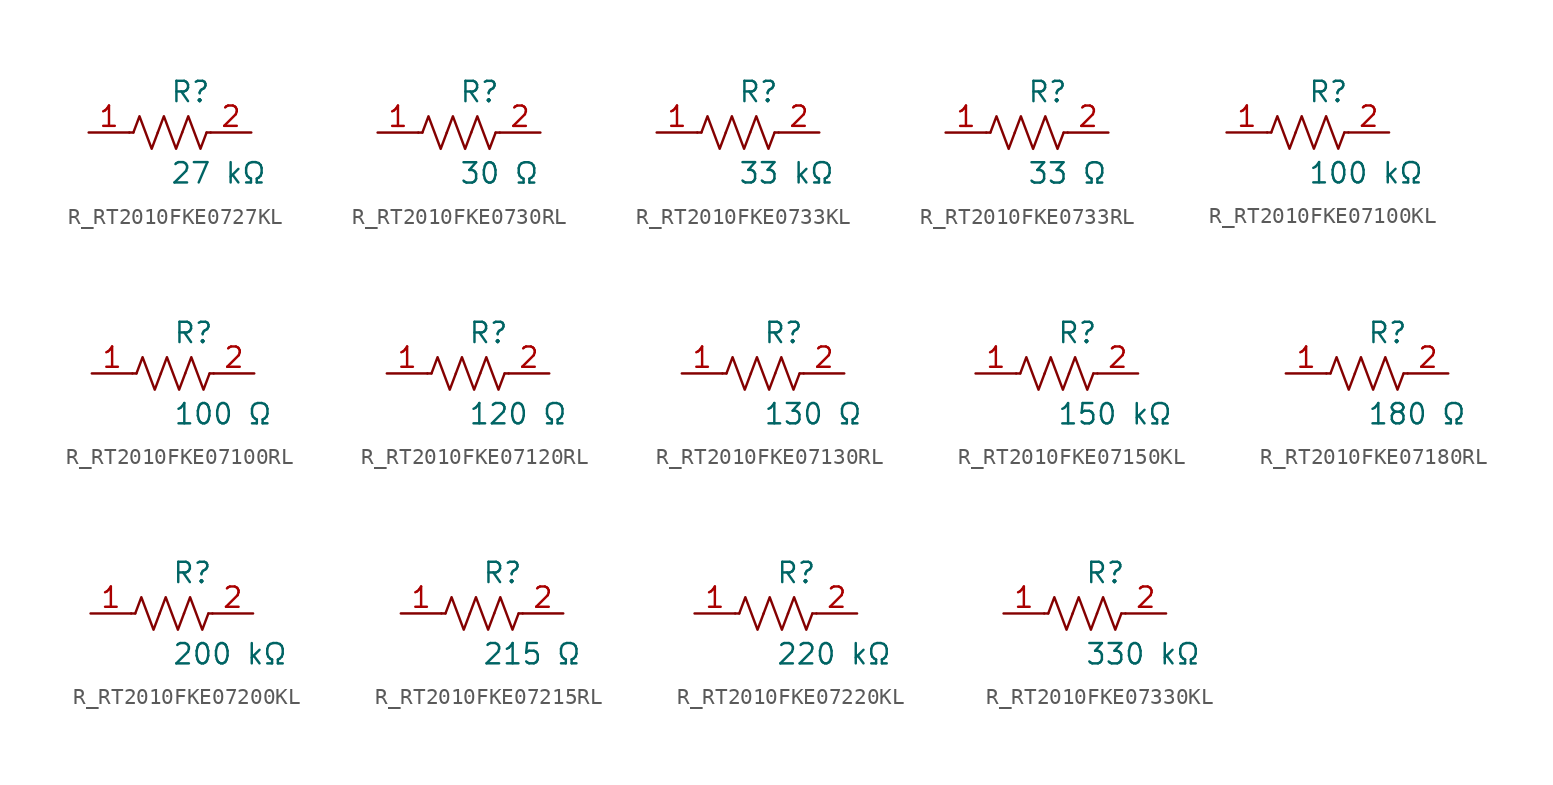
<source format=kicad_sym>
(kicad_symbol_lib
  (version 20231120)
  (generator kicad_symbol_editor)
  (generator_version 8.0)
  (symbol "R_RT2010FKE0727KL"
    (pin_names
      (offset 0.254))
    (property "Reference" "R"
      (at 0 2.54 0)
      (effects (font (size 1.27 1.27)) (justify left)))
    (property "Value" "27 kΩ"
      (at 0 -2.54 0)
      (effects (font (size 1.27 1.27)) (justify left)))
    (symbol "R_RT2010FKE0727KL_0_1"
      (polyline (pts (xy 2.286 0) (xy 2.54 0)) (stroke (width 0) (type default)) (fill (type none)))
      (polyline (pts (xy -2.286 0) (xy -2.54 0)) (stroke (width 0) (type default)) (fill (type none)))
      (polyline (pts (xy 0.762 0) (xy 1.143 1.016) (xy 1.524 0) (xy 1.905 -1.016) (xy 2.286 0)) (stroke (width 0) (type default)) (fill (type none)))
      (polyline (pts (xy -0.762 0) (xy -0.381 1.016) (xy 0 0) (xy 0.381 -1.016) (xy 0.762 0)) (stroke (width 0) (type default)) (fill (type none)))
      (polyline (pts (xy -2.286 0) (xy -1.905 1.016) (xy -1.524 0) (xy -1.143 -1.016) (xy -0.762 0)) (stroke (width 0) (type default)) (fill (type none))))
    (pin passive line
      (at -5.08 0 0)
      (length 2.54)
      (name "" (effects (font (size 1.27 1.27))))
      (number "1" (effects (font (size 1.27 1.27)))))
    (pin passive line
      (at 5.08 0 180)
      (length 2.54)
      (name "" (effects (font (size 1.27 1.27))))
      (number "2" (effects (font (size 1.27 1.27))))))
  (symbol "R_RT2010FKE0730RL"
    (pin_names
      (offset 0.254))
    (property "Reference" "R"
      (at 0 2.54 0)
      (effects (font (size 1.27 1.27)) (justify left)))
    (property "Value" "30 Ω"
      (at 0 -2.54 0)
      (effects (font (size 1.27 1.27)) (justify left)))
    (symbol "R_RT2010FKE0730RL_0_1"
      (polyline (pts (xy 2.286 0) (xy 2.54 0)) (stroke (width 0) (type default)) (fill (type none)))
      (polyline (pts (xy -2.286 0) (xy -2.54 0)) (stroke (width 0) (type default)) (fill (type none)))
      (polyline (pts (xy 0.762 0) (xy 1.143 1.016) (xy 1.524 0) (xy 1.905 -1.016) (xy 2.286 0)) (stroke (width 0) (type default)) (fill (type none)))
      (polyline (pts (xy -0.762 0) (xy -0.381 1.016) (xy 0 0) (xy 0.381 -1.016) (xy 0.762 0)) (stroke (width 0) (type default)) (fill (type none)))
      (polyline (pts (xy -2.286 0) (xy -1.905 1.016) (xy -1.524 0) (xy -1.143 -1.016) (xy -0.762 0)) (stroke (width 0) (type default)) (fill (type none))))
    (pin passive line
      (at -5.08 0 0)
      (length 2.54)
      (name "" (effects (font (size 1.27 1.27))))
      (number "1" (effects (font (size 1.27 1.27)))))
    (pin passive line
      (at 5.08 0 180)
      (length 2.54)
      (name "" (effects (font (size 1.27 1.27))))
      (number "2" (effects (font (size 1.27 1.27))))))
  (symbol "R_RT2010FKE0733KL"
    (pin_names
      (offset 0.254))
    (property "Reference" "R"
      (at 0 2.54 0)
      (effects (font (size 1.27 1.27)) (justify left)))
    (property "Value" "33 kΩ"
      (at 0 -2.54 0)
      (effects (font (size 1.27 1.27)) (justify left)))
    (symbol "R_RT2010FKE0733KL_0_1"
      (polyline (pts (xy 2.286 0) (xy 2.54 0)) (stroke (width 0) (type default)) (fill (type none)))
      (polyline (pts (xy -2.286 0) (xy -2.54 0)) (stroke (width 0) (type default)) (fill (type none)))
      (polyline (pts (xy 0.762 0) (xy 1.143 1.016) (xy 1.524 0) (xy 1.905 -1.016) (xy 2.286 0)) (stroke (width 0) (type default)) (fill (type none)))
      (polyline (pts (xy -0.762 0) (xy -0.381 1.016) (xy 0 0) (xy 0.381 -1.016) (xy 0.762 0)) (stroke (width 0) (type default)) (fill (type none)))
      (polyline (pts (xy -2.286 0) (xy -1.905 1.016) (xy -1.524 0) (xy -1.143 -1.016) (xy -0.762 0)) (stroke (width 0) (type default)) (fill (type none))))
    (pin passive line
      (at -5.08 0 0)
      (length 2.54)
      (name "" (effects (font (size 1.27 1.27))))
      (number "1" (effects (font (size 1.27 1.27)))))
    (pin passive line
      (at 5.08 0 180)
      (length 2.54)
      (name "" (effects (font (size 1.27 1.27))))
      (number "2" (effects (font (size 1.27 1.27))))))
  (symbol "R_RT2010FKE0733RL"
    (pin_names
      (offset 0.254))
    (property "Reference" "R"
      (at 0 2.54 0)
      (effects (font (size 1.27 1.27)) (justify left)))
    (property "Value" "33 Ω"
      (at 0 -2.54 0)
      (effects (font (size 1.27 1.27)) (justify left)))
    (symbol "R_RT2010FKE0733RL_0_1"
      (polyline (pts (xy 2.286 0) (xy 2.54 0)) (stroke (width 0) (type default)) (fill (type none)))
      (polyline (pts (xy -2.286 0) (xy -2.54 0)) (stroke (width 0) (type default)) (fill (type none)))
      (polyline (pts (xy 0.762 0) (xy 1.143 1.016) (xy 1.524 0) (xy 1.905 -1.016) (xy 2.286 0)) (stroke (width 0) (type default)) (fill (type none)))
      (polyline (pts (xy -0.762 0) (xy -0.381 1.016) (xy 0 0) (xy 0.381 -1.016) (xy 0.762 0)) (stroke (width 0) (type default)) (fill (type none)))
      (polyline (pts (xy -2.286 0) (xy -1.905 1.016) (xy -1.524 0) (xy -1.143 -1.016) (xy -0.762 0)) (stroke (width 0) (type default)) (fill (type none))))
    (pin passive line
      (at -5.08 0 0)
      (length 2.54)
      (name "" (effects (font (size 1.27 1.27))))
      (number "1" (effects (font (size 1.27 1.27)))))
    (pin passive line
      (at 5.08 0 180)
      (length 2.54)
      (name "" (effects (font (size 1.27 1.27))))
      (number "2" (effects (font (size 1.27 1.27))))))
  (symbol "R_RT2010FKE07100KL"
    (pin_names
      (offset 0.254))
    (property "Reference" "R"
      (at 0 2.54 0)
      (effects (font (size 1.27 1.27)) (justify left)))
    (property "Value" "100 kΩ"
      (at 0 -2.54 0)
      (effects (font (size 1.27 1.27)) (justify left)))
    (symbol "R_RT2010FKE07100KL_0_1"
      (polyline (pts (xy 2.286 0) (xy 2.54 0)) (stroke (width 0) (type default)) (fill (type none)))
      (polyline (pts (xy -2.286 0) (xy -2.54 0)) (stroke (width 0) (type default)) (fill (type none)))
      (polyline (pts (xy 0.762 0) (xy 1.143 1.016) (xy 1.524 0) (xy 1.905 -1.016) (xy 2.286 0)) (stroke (width 0) (type default)) (fill (type none)))
      (polyline (pts (xy -0.762 0) (xy -0.381 1.016) (xy 0 0) (xy 0.381 -1.016) (xy 0.762 0)) (stroke (width 0) (type default)) (fill (type none)))
      (polyline (pts (xy -2.286 0) (xy -1.905 1.016) (xy -1.524 0) (xy -1.143 -1.016) (xy -0.762 0)) (stroke (width 0) (type default)) (fill (type none))))
    (pin passive line
      (at -5.08 0 0)
      (length 2.54)
      (name "" (effects (font (size 1.27 1.27))))
      (number "1" (effects (font (size 1.27 1.27)))))
    (pin passive line
      (at 5.08 0 180)
      (length 2.54)
      (name "" (effects (font (size 1.27 1.27))))
      (number "2" (effects (font (size 1.27 1.27))))))
  (symbol "R_RT2010FKE07100RL"
    (pin_names
      (offset 0.254))
    (property "Reference" "R"
      (at 0 2.54 0)
      (effects (font (size 1.27 1.27)) (justify left)))
    (property "Value" "100 Ω"
      (at 0 -2.54 0)
      (effects (font (size 1.27 1.27)) (justify left)))
    (symbol "R_RT2010FKE07100RL_0_1"
      (polyline (pts (xy 2.286 0) (xy 2.54 0)) (stroke (width 0) (type default)) (fill (type none)))
      (polyline (pts (xy -2.286 0) (xy -2.54 0)) (stroke (width 0) (type default)) (fill (type none)))
      (polyline (pts (xy 0.762 0) (xy 1.143 1.016) (xy 1.524 0) (xy 1.905 -1.016) (xy 2.286 0)) (stroke (width 0) (type default)) (fill (type none)))
      (polyline (pts (xy -0.762 0) (xy -0.381 1.016) (xy 0 0) (xy 0.381 -1.016) (xy 0.762 0)) (stroke (width 0) (type default)) (fill (type none)))
      (polyline (pts (xy -2.286 0) (xy -1.905 1.016) (xy -1.524 0) (xy -1.143 -1.016) (xy -0.762 0)) (stroke (width 0) (type default)) (fill (type none))))
    (pin passive line
      (at -5.08 0 0)
      (length 2.54)
      (name "" (effects (font (size 1.27 1.27))))
      (number "1" (effects (font (size 1.27 1.27)))))
    (pin passive line
      (at 5.08 0 180)
      (length 2.54)
      (name "" (effects (font (size 1.27 1.27))))
      (number "2" (effects (font (size 1.27 1.27))))))
  (symbol "R_RT2010FKE07120RL"
    (pin_names
      (offset 0.254))
    (property "Reference" "R"
      (at 0 2.54 0)
      (effects (font (size 1.27 1.27)) (justify left)))
    (property "Value" "120 Ω"
      (at 0 -2.54 0)
      (effects (font (size 1.27 1.27)) (justify left)))
    (symbol "R_RT2010FKE07120RL_0_1"
      (polyline (pts (xy 2.286 0) (xy 2.54 0)) (stroke (width 0) (type default)) (fill (type none)))
      (polyline (pts (xy -2.286 0) (xy -2.54 0)) (stroke (width 0) (type default)) (fill (type none)))
      (polyline (pts (xy 0.762 0) (xy 1.143 1.016) (xy 1.524 0) (xy 1.905 -1.016) (xy 2.286 0)) (stroke (width 0) (type default)) (fill (type none)))
      (polyline (pts (xy -0.762 0) (xy -0.381 1.016) (xy 0 0) (xy 0.381 -1.016) (xy 0.762 0)) (stroke (width 0) (type default)) (fill (type none)))
      (polyline (pts (xy -2.286 0) (xy -1.905 1.016) (xy -1.524 0) (xy -1.143 -1.016) (xy -0.762 0)) (stroke (width 0) (type default)) (fill (type none))))
    (pin passive line
      (at -5.08 0 0)
      (length 2.54)
      (name "" (effects (font (size 1.27 1.27))))
      (number "1" (effects (font (size 1.27 1.27)))))
    (pin passive line
      (at 5.08 0 180)
      (length 2.54)
      (name "" (effects (font (size 1.27 1.27))))
      (number "2" (effects (font (size 1.27 1.27))))))
  (symbol "R_RT2010FKE07130RL"
    (pin_names
      (offset 0.254))
    (property "Reference" "R"
      (at 0 2.54 0)
      (effects (font (size 1.27 1.27)) (justify left)))
    (property "Value" "130 Ω"
      (at 0 -2.54 0)
      (effects (font (size 1.27 1.27)) (justify left)))
    (symbol "R_RT2010FKE07130RL_0_1"
      (polyline (pts (xy 2.286 0) (xy 2.54 0)) (stroke (width 0) (type default)) (fill (type none)))
      (polyline (pts (xy -2.286 0) (xy -2.54 0)) (stroke (width 0) (type default)) (fill (type none)))
      (polyline (pts (xy 0.762 0) (xy 1.143 1.016) (xy 1.524 0) (xy 1.905 -1.016) (xy 2.286 0)) (stroke (width 0) (type default)) (fill (type none)))
      (polyline (pts (xy -0.762 0) (xy -0.381 1.016) (xy 0 0) (xy 0.381 -1.016) (xy 0.762 0)) (stroke (width 0) (type default)) (fill (type none)))
      (polyline (pts (xy -2.286 0) (xy -1.905 1.016) (xy -1.524 0) (xy -1.143 -1.016) (xy -0.762 0)) (stroke (width 0) (type default)) (fill (type none))))
    (pin passive line
      (at -5.08 0 0)
      (length 2.54)
      (name "" (effects (font (size 1.27 1.27))))
      (number "1" (effects (font (size 1.27 1.27)))))
    (pin passive line
      (at 5.08 0 180)
      (length 2.54)
      (name "" (effects (font (size 1.27 1.27))))
      (number "2" (effects (font (size 1.27 1.27))))))
  (symbol "R_RT2010FKE07150KL"
    (pin_names
      (offset 0.254))
    (property "Reference" "R"
      (at 0 2.54 0)
      (effects (font (size 1.27 1.27)) (justify left)))
    (property "Value" "150 kΩ"
      (at 0 -2.54 0)
      (effects (font (size 1.27 1.27)) (justify left)))
    (symbol "R_RT2010FKE07150KL_0_1"
      (polyline (pts (xy 2.286 0) (xy 2.54 0)) (stroke (width 0) (type default)) (fill (type none)))
      (polyline (pts (xy -2.286 0) (xy -2.54 0)) (stroke (width 0) (type default)) (fill (type none)))
      (polyline (pts (xy 0.762 0) (xy 1.143 1.016) (xy 1.524 0) (xy 1.905 -1.016) (xy 2.286 0)) (stroke (width 0) (type default)) (fill (type none)))
      (polyline (pts (xy -0.762 0) (xy -0.381 1.016) (xy 0 0) (xy 0.381 -1.016) (xy 0.762 0)) (stroke (width 0) (type default)) (fill (type none)))
      (polyline (pts (xy -2.286 0) (xy -1.905 1.016) (xy -1.524 0) (xy -1.143 -1.016) (xy -0.762 0)) (stroke (width 0) (type default)) (fill (type none))))
    (pin passive line
      (at -5.08 0 0)
      (length 2.54)
      (name "" (effects (font (size 1.27 1.27))))
      (number "1" (effects (font (size 1.27 1.27)))))
    (pin passive line
      (at 5.08 0 180)
      (length 2.54)
      (name "" (effects (font (size 1.27 1.27))))
      (number "2" (effects (font (size 1.27 1.27))))))
  (symbol "R_RT2010FKE07180RL"
    (pin_names
      (offset 0.254))
    (property "Reference" "R"
      (at 0 2.54 0)
      (effects (font (size 1.27 1.27)) (justify left)))
    (property "Value" "180 Ω"
      (at 0 -2.54 0)
      (effects (font (size 1.27 1.27)) (justify left)))
    (symbol "R_RT2010FKE07180RL_0_1"
      (polyline (pts (xy 2.286 0) (xy 2.54 0)) (stroke (width 0) (type default)) (fill (type none)))
      (polyline (pts (xy -2.286 0) (xy -2.54 0)) (stroke (width 0) (type default)) (fill (type none)))
      (polyline (pts (xy 0.762 0) (xy 1.143 1.016) (xy 1.524 0) (xy 1.905 -1.016) (xy 2.286 0)) (stroke (width 0) (type default)) (fill (type none)))
      (polyline (pts (xy -0.762 0) (xy -0.381 1.016) (xy 0 0) (xy 0.381 -1.016) (xy 0.762 0)) (stroke (width 0) (type default)) (fill (type none)))
      (polyline (pts (xy -2.286 0) (xy -1.905 1.016) (xy -1.524 0) (xy -1.143 -1.016) (xy -0.762 0)) (stroke (width 0) (type default)) (fill (type none))))
    (pin passive line
      (at -5.08 0 0)
      (length 2.54)
      (name "" (effects (font (size 1.27 1.27))))
      (number "1" (effects (font (size 1.27 1.27)))))
    (pin passive line
      (at 5.08 0 180)
      (length 2.54)
      (name "" (effects (font (size 1.27 1.27))))
      (number "2" (effects (font (size 1.27 1.27))))))
  (symbol "R_RT2010FKE07200KL"
    (pin_names
      (offset 0.254))
    (property "Reference" "R"
      (at 0 2.54 0)
      (effects (font (size 1.27 1.27)) (justify left)))
    (property "Value" "200 kΩ"
      (at 0 -2.54 0)
      (effects (font (size 1.27 1.27)) (justify left)))
    (symbol "R_RT2010FKE07200KL_0_1"
      (polyline (pts (xy 2.286 0) (xy 2.54 0)) (stroke (width 0) (type default)) (fill (type none)))
      (polyline (pts (xy -2.286 0) (xy -2.54 0)) (stroke (width 0) (type default)) (fill (type none)))
      (polyline (pts (xy 0.762 0) (xy 1.143 1.016) (xy 1.524 0) (xy 1.905 -1.016) (xy 2.286 0)) (stroke (width 0) (type default)) (fill (type none)))
      (polyline (pts (xy -0.762 0) (xy -0.381 1.016) (xy 0 0) (xy 0.381 -1.016) (xy 0.762 0)) (stroke (width 0) (type default)) (fill (type none)))
      (polyline (pts (xy -2.286 0) (xy -1.905 1.016) (xy -1.524 0) (xy -1.143 -1.016) (xy -0.762 0)) (stroke (width 0) (type default)) (fill (type none))))
    (pin passive line
      (at -5.08 0 0)
      (length 2.54)
      (name "" (effects (font (size 1.27 1.27))))
      (number "1" (effects (font (size 1.27 1.27)))))
    (pin passive line
      (at 5.08 0 180)
      (length 2.54)
      (name "" (effects (font (size 1.27 1.27))))
      (number "2" (effects (font (size 1.27 1.27))))))
  (symbol "R_RT2010FKE07215RL"
    (pin_names
      (offset 0.254))
    (property "Reference" "R"
      (at 0 2.54 0)
      (effects (font (size 1.27 1.27)) (justify left)))
    (property "Value" "215 Ω"
      (at 0 -2.54 0)
      (effects (font (size 1.27 1.27)) (justify left)))
    (symbol "R_RT2010FKE07215RL_0_1"
      (polyline (pts (xy 2.286 0) (xy 2.54 0)) (stroke (width 0) (type default)) (fill (type none)))
      (polyline (pts (xy -2.286 0) (xy -2.54 0)) (stroke (width 0) (type default)) (fill (type none)))
      (polyline (pts (xy 0.762 0) (xy 1.143 1.016) (xy 1.524 0) (xy 1.905 -1.016) (xy 2.286 0)) (stroke (width 0) (type default)) (fill (type none)))
      (polyline (pts (xy -0.762 0) (xy -0.381 1.016) (xy 0 0) (xy 0.381 -1.016) (xy 0.762 0)) (stroke (width 0) (type default)) (fill (type none)))
      (polyline (pts (xy -2.286 0) (xy -1.905 1.016) (xy -1.524 0) (xy -1.143 -1.016) (xy -0.762 0)) (stroke (width 0) (type default)) (fill (type none))))
    (pin passive line
      (at -5.08 0 0)
      (length 2.54)
      (name "" (effects (font (size 1.27 1.27))))
      (number "1" (effects (font (size 1.27 1.27)))))
    (pin passive line
      (at 5.08 0 180)
      (length 2.54)
      (name "" (effects (font (size 1.27 1.27))))
      (number "2" (effects (font (size 1.27 1.27))))))
  (symbol "R_RT2010FKE07220KL"
    (pin_names
      (offset 0.254))
    (property "Reference" "R"
      (at 0 2.54 0)
      (effects (font (size 1.27 1.27)) (justify left)))
    (property "Value" "220 kΩ"
      (at 0 -2.54 0)
      (effects (font (size 1.27 1.27)) (justify left)))
    (symbol "R_RT2010FKE07220KL_0_1"
      (polyline (pts (xy 2.286 0) (xy 2.54 0)) (stroke (width 0) (type default)) (fill (type none)))
      (polyline (pts (xy -2.286 0) (xy -2.54 0)) (stroke (width 0) (type default)) (fill (type none)))
      (polyline (pts (xy 0.762 0) (xy 1.143 1.016) (xy 1.524 0) (xy 1.905 -1.016) (xy 2.286 0)) (stroke (width 0) (type default)) (fill (type none)))
      (polyline (pts (xy -0.762 0) (xy -0.381 1.016) (xy 0 0) (xy 0.381 -1.016) (xy 0.762 0)) (stroke (width 0) (type default)) (fill (type none)))
      (polyline (pts (xy -2.286 0) (xy -1.905 1.016) (xy -1.524 0) (xy -1.143 -1.016) (xy -0.762 0)) (stroke (width 0) (type default)) (fill (type none))))
    (pin passive line
      (at -5.08 0 0)
      (length 2.54)
      (name "" (effects (font (size 1.27 1.27))))
      (number "1" (effects (font (size 1.27 1.27)))))
    (pin passive line
      (at 5.08 0 180)
      (length 2.54)
      (name "" (effects (font (size 1.27 1.27))))
      (number "2" (effects (font (size 1.27 1.27))))))
  (symbol "R_RT2010FKE07330KL"
    (pin_names
      (offset 0.254))
    (property "Reference" "R"
      (at 0 2.54 0)
      (effects (font (size 1.27 1.27)) (justify left)))
    (property "Value" "330 kΩ"
      (at 0 -2.54 0)
      (effects (font (size 1.27 1.27)) (justify left)))
    (symbol "R_RT2010FKE07330KL_0_1"
      (polyline (pts (xy 2.286 0) (xy 2.54 0)) (stroke (width 0) (type default)) (fill (type none)))
      (polyline (pts (xy -2.286 0) (xy -2.54 0)) (stroke (width 0) (type default)) (fill (type none)))
      (polyline (pts (xy 0.762 0) (xy 1.143 1.016) (xy 1.524 0) (xy 1.905 -1.016) (xy 2.286 0)) (stroke (width 0) (type default)) (fill (type none)))
      (polyline (pts (xy -0.762 0) (xy -0.381 1.016) (xy 0 0) (xy 0.381 -1.016) (xy 0.762 0)) (stroke (width 0) (type default)) (fill (type none)))
      (polyline (pts (xy -2.286 0) (xy -1.905 1.016) (xy -1.524 0) (xy -1.143 -1.016) (xy -0.762 0)) (stroke (width 0) (type default)) (fill (type none))))
    (pin passive line
      (at -5.08 0 0)
      (length 2.54)
      (name "" (effects (font (size 1.27 1.27))))
      (number "1" (effects (font (size 1.27 1.27)))))
    (pin passive line
      (at 5.08 0 180)
      (length 2.54)
      (name "" (effects (font (size 1.27 1.27))))
      (number "2" (effects (font (size 1.27 1.27)))))))
</source>
